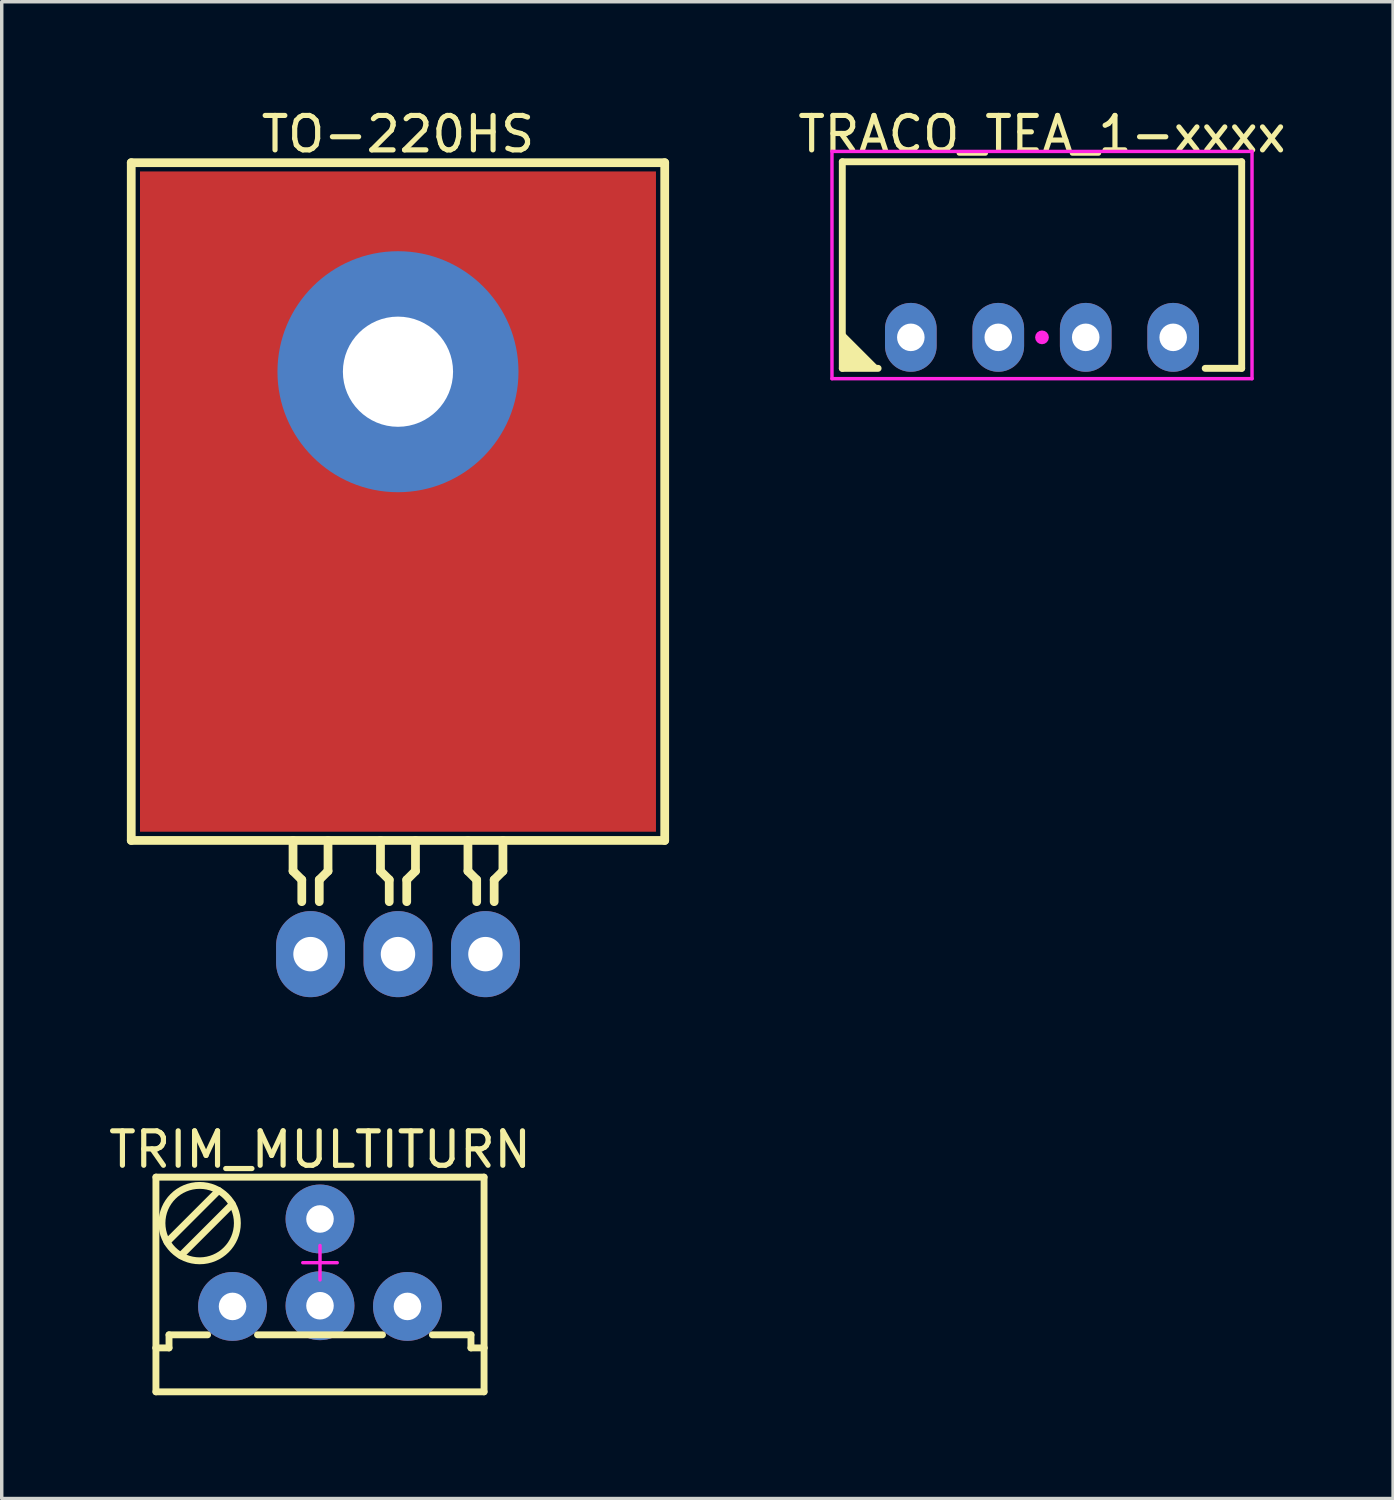
<source format=kicad_pcb>
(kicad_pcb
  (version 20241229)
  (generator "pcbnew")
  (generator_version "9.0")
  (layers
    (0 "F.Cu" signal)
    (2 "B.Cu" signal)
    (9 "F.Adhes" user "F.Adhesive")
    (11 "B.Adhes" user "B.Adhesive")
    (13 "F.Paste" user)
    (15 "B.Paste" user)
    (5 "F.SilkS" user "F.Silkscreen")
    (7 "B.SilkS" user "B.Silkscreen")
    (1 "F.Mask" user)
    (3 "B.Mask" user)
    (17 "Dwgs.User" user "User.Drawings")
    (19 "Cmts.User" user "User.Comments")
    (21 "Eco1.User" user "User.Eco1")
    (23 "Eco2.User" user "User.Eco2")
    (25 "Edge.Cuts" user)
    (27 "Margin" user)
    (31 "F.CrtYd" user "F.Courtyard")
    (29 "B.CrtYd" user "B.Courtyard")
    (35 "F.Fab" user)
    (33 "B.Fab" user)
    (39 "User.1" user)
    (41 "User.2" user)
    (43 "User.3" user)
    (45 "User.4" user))
  (footprint "TO-220HS"
    (layer "F.Cu")
    (at 8.509 16.204)
    (property "Reference" "TO-220HS" (at 0 -15.356 0) (layer "F.SilkS") (effects (font (size 1 1) (thickness 0.15))))
    (fp_line (start -7.747 -14.529) (end 7.747 -14.529) (stroke (width 0.254) (type solid)) (layer "F.SilkS"))
    (fp_line (start -7.747 5.156) (end -7.747 -14.529) (stroke (width 0.254) (type solid)) (layer "F.SilkS"))
    (fp_line (start -7.747 5.156) (end 7.747 5.156) (stroke (width 0.254) (type solid)) (layer "F.SilkS"))
    (fp_line (start -3.048 6.045) (end -3.048 5.156) (stroke (width 0.254) (type solid)) (layer "F.SilkS"))
    (fp_line (start -3.048 6.045) (end -2.794 6.299) (stroke (width 0.254) (type solid)) (layer "F.SilkS"))
    (fp_line (start -2.794 6.934) (end -2.794 6.299) (stroke (width 0.254) (type solid)) (layer "F.SilkS"))
    (fp_line (start -2.286 6.299) (end -2.032 6.045) (stroke (width 0.254) (type solid)) (layer "F.SilkS"))
    (fp_line (start -2.286 6.934) (end -2.286 6.299) (stroke (width 0.254) (type solid)) (layer "F.SilkS"))
    (fp_line (start -2.032 6.045) (end -2.032 5.156) (stroke (width 0.254) (type solid)) (layer "F.SilkS"))
    (fp_line (start -0.508 6.045) (end -0.508 5.156) (stroke (width 0.254) (type solid)) (layer "F.SilkS"))
    (fp_line (start -0.508 6.045) (end -0.254 6.299) (stroke (width 0.254) (type solid)) (layer "F.SilkS"))
    (fp_line (start -0.254 6.934) (end -0.254 6.299) (stroke (width 0.254) (type solid)) (layer "F.SilkS"))
    (fp_line (start 0.254 6.299) (end 0.508 6.045) (stroke (width 0.254) (type solid)) (layer "F.SilkS"))
    (fp_line (start 0.254 6.934) (end 0.254 6.299) (stroke (width 0.254) (type solid)) (layer "F.SilkS"))
    (fp_line (start 0.508 6.045) (end 0.508 5.156) (stroke (width 0.254) (type solid)) (layer "F.SilkS"))
    (fp_line (start 2.032 6.045) (end 2.032 5.156) (stroke (width 0.254) (type solid)) (layer "F.SilkS"))
    (fp_line (start 2.032 6.045) (end 2.286 6.299) (stroke (width 0.254) (type solid)) (layer "F.SilkS"))
    (fp_line (start 2.286 6.934) (end 2.286 6.299) (stroke (width 0.254) (type solid)) (layer "F.SilkS"))
    (fp_line (start 2.794 6.299) (end 3.048 6.045) (stroke (width 0.254) (type solid)) (layer "F.SilkS"))
    (fp_line (start 2.794 6.934) (end 2.794 6.299) (stroke (width 0.254) (type solid)) (layer "F.SilkS"))
    (fp_line (start 3.048 6.045) (end 3.048 5.156) (stroke (width 0.254) (type solid)) (layer "F.SilkS"))
    (fp_line (start 7.747 5.156) (end 7.747 -14.529) (stroke (width 0.254) (type solid)) (layer "F.SilkS"))
    (fp_line (start -8.382 -14.986) (end 8.382 -14.986) (stroke (width 0.254) (type solid)) (layer "Eco2.User"))
    (fp_line (start -8.382 10.16) (end -8.382 -14.986) (stroke (width 0.254) (type solid)) (layer "Eco2.User"))
    (fp_line (start -8.382 10.16) (end 0 10.16) (stroke (width 0.254) (type solid)) (layer "Eco2.User"))
    (fp_line (start 0 10.16) (end 8.382 10.16) (stroke (width 0.254) (type solid)) (layer "Eco2.User"))
    (fp_line (start 8.382 10.16) (end 8.382 -14.986) (stroke (width 0.254) (type solid)) (layer "Eco2.User"))
    (fp_circle (center 0 0) (end 0 -0.149) (stroke (width 0.4) (type solid)) (fill no) (layer "Eco2.User"))
    (pad "1" thru_hole oval (at -2.54 8.458) (size 2 2.5) (drill 1) (layers "*.Cu" "*.Mask"))
    (pad "2" thru_hole circle (at 0 -8.458) (size 7 7) (drill 3.2) (layers "*.Cu" "*.Mask"))
    (pad "2" smd rect (at 0 -4.686) (size 14.986 19.177) (layers "F.Cu"))
    (pad "2" thru_hole oval (at 0 8.458) (size 2 2.5) (drill 1) (layers "*.Cu" "*.Mask"))
    (pad "3" thru_hole oval (at 2.54 8.458 180) (size 2 2.5) (drill 1) (layers "*.Cu" "*.Mask")))
  (footprint "TRIM_MULTITURN"
    (layer "F.Cu")
    (at 6.244 33.624)
    (property "Reference" "TRIM_MULTITURN" (at 0 -3.285 0) (layer "F.SilkS") (effects (font (size 1 1) (thickness 0.15))))
    (fp_line (start -4.765 -2.485) (end 4.765 -2.485) (stroke (width 0.2) (type solid)) (layer "F.SilkS"))
    (fp_line (start -4.765 2.475) (end -4.765 -2.485) (stroke (width 0.2) (type solid)) (layer "F.SilkS"))
    (fp_line (start -4.765 2.475) (end -4.385 2.475) (stroke (width 0.2) (type solid)) (layer "F.SilkS"))
    (fp_line (start -4.765 3.75) (end -4.765 2.475) (stroke (width 0.2) (type solid)) (layer "F.SilkS"))
    (fp_line (start -4.765 3.75) (end 4.765 3.75) (stroke (width 0.2) (type solid)) (layer "F.SilkS"))
    (fp_line (start -4.442 -0.599) (end -2.944 -2.097) (stroke (width 0.2) (type solid)) (layer "F.SilkS"))
    (fp_line (start -4.385 2.095) (end -3.264 2.095) (stroke (width 0.2) (type solid)) (layer "F.SilkS"))
    (fp_line (start -4.385 2.475) (end -4.385 2.095) (stroke (width 0.2) (type solid)) (layer "F.SilkS"))
    (fp_line (start -4.046 -0.203) (end -2.548 -1.701) (stroke (width 0.2) (type solid)) (layer "F.SilkS"))
    (fp_line (start -1.815 2.095) (end 1.815 2.095) (stroke (width 0.2) (type solid)) (layer "F.SilkS"))
    (fp_line (start 3.264 2.095) (end 4.385 2.095) (stroke (width 0.2) (type solid)) (layer "F.SilkS"))
    (fp_line (start 4.385 2.475) (end 4.385 2.095) (stroke (width 0.2) (type solid)) (layer "F.SilkS"))
    (fp_line (start 4.385 2.475) (end 4.765 2.475) (stroke (width 0.2) (type solid)) (layer "F.SilkS"))
    (fp_line (start 4.765 2.475) (end 4.765 -2.485) (stroke (width 0.2) (type solid)) (layer "F.SilkS"))
    (fp_line (start 4.765 3.75) (end 4.765 2.475) (stroke (width 0.2) (type solid)) (layer "F.SilkS"))
    (fp_circle (center -3.495 -1.15) (end -3.495 -2.245) (stroke (width 0.2) (type solid)) (fill no) (layer "F.SilkS"))
    (fp_line (start -4.765 -2.485) (end 4.765 -2.485) (stroke (width 0.1) (type solid)) (layer "Eco2.User"))
    (fp_line (start -4.765 2.475) (end -4.765 -2.485) (stroke (width 0.1) (type solid)) (layer "Eco2.User"))
    (fp_line (start -4.765 2.475) (end -4.385 2.475) (stroke (width 0.1) (type solid)) (layer "Eco2.User"))
    (fp_line (start -4.442 -0.599) (end -2.944 -2.097) (stroke (width 0.1) (type solid)) (layer "Eco2.User"))
    (fp_line (start -4.385 2.095) (end 4.385 2.095) (stroke (width 0.1) (type solid)) (layer "Eco2.User"))
    (fp_line (start -4.385 2.475) (end -4.385 2.095) (stroke (width 0.1) (type solid)) (layer "Eco2.User"))
    (fp_line (start -4.046 -0.203) (end -2.548 -1.701) (stroke (width 0.1) (type solid)) (layer "Eco2.User"))
    (fp_line (start 4.385 2.475) (end 4.385 2.095) (stroke (width 0.1) (type solid)) (layer "Eco2.User"))
    (fp_line (start 4.385 2.475) (end 4.765 2.475) (stroke (width 0.1) (type solid)) (layer "Eco2.User"))
    (fp_line (start 4.765 2.475) (end 4.765 -2.485) (stroke (width 0.1) (type solid)) (layer "Eco2.User"))
    (fp_circle (center -3.495 -1.15) (end -3.495 -2.245) (stroke (width 0.1) (type solid)) (fill no) (layer "Eco2.User"))
    (fp_line (start -0.5 0) (end 0 0) (stroke (width 0.1) (type solid)) (layer "F.CrtYd"))
    (fp_line (start 0 0) (end 0 -0.5) (stroke (width 0.1) (type solid)) (layer "F.CrtYd"))
    (fp_line (start 0 0) (end 0.5 0) (stroke (width 0.1) (type solid)) (layer "F.CrtYd"))
    (fp_line (start 0 0.5) (end 0 0) (stroke (width 0.1) (type solid)) (layer "F.CrtYd"))
    (fp_line (start -3.04 1.27) (end -2.54 1.27) (stroke (width 0.1) (type solid)) (layer "User.8"))
    (fp_line (start -2.54 1.27) (end -2.54 0.77) (stroke (width 0.1) (type solid)) (layer "User.8"))
    (fp_line (start -2.54 1.27) (end -2.04 1.27) (stroke (width 0.1) (type solid)) (layer "User.8"))
    (fp_line (start -2.54 1.77) (end -2.54 1.27) (stroke (width 0.1) (type solid)) (layer "User.8"))
    (fp_line (start -0.5 -1.27) (end 0 -1.27) (stroke (width 0.1) (type solid)) (layer "User.8"))
    (fp_line (start 0 -1.27) (end 0 -1.77) (stroke (width 0.1) (type solid)) (layer "User.8"))
    (fp_line (start 0 -1.27) (end 0.5 -1.27) (stroke (width 0.1) (type solid)) (layer "User.8"))
    (fp_line (start 0 -0.77) (end 0 -1.27) (stroke (width 0.1) (type solid)) (layer "User.8"))
    (fp_line (start 2.04 1.27) (end 2.54 1.27) (stroke (width 0.1) (type solid)) (layer "User.8"))
    (fp_line (start 2.54 1.27) (end 2.54 0.77) (stroke (width 0.1) (type solid)) (layer "User.8"))
    (fp_line (start 2.54 1.27) (end 3.04 1.27) (stroke (width 0.1) (type solid)) (layer "User.8"))
    (fp_line (start 2.54 1.77) (end 2.54 1.27) (stroke (width 0.1) (type solid)) (layer "User.8"))
    (pad "1" thru_hole circle (at -2.54 1.27) (size 2 2) (drill 0.8) (layers "*.Cu" "*.Mask"))
    (pad "2" thru_hole circle (at 0 -1.27) (size 2 2) (drill 0.8) (layers "*.Cu" "*.Mask"))
    (pad "2" thru_hole circle (at 0 1.25) (size 2 2) (drill 0.8) (layers "*.Cu" "*.Mask"))
    (pad "3" thru_hole circle (at 2.54 1.27) (size 2 2) (drill 0.8) (layers "*.Cu" "*.Mask")))
  (footprint "TRACO_TEA_1-xxxx"
    (layer "F.Cu")
    (at 27.214 6.748)
    (property "Reference" "TRACO_TEA_1-xxxx" (at 0 -5.9 0) (layer "F.SilkS") (effects (font (size 1 1) (thickness 0.15))))
    (fp_line (start -5.8 -5.1) (end 5.8 -5.1) (stroke (width 0.2) (type solid)) (layer "F.SilkS"))
    (fp_line (start -5.8 0.9) (end -5.8 -5.1) (stroke (width 0.2) (type solid)) (layer "F.SilkS"))
    (fp_line (start -5.8 0.9) (end -4.76 0.9) (stroke (width 0.2) (type solid)) (layer "F.SilkS"))
    (fp_line (start 4.74 0.9) (end 5.8 0.9) (stroke (width 0.2) (type solid)) (layer "F.SilkS"))
    (fp_line (start 5.8 0.9) (end 5.8 -5.1) (stroke (width 0.2) (type solid)) (layer "F.SilkS"))
    (fp_poly (pts (xy -5.85 -0.25) (xy -4.75 0.85) (xy -5.85 0.85)) (stroke (width 0) (type default)) (fill yes) (layer "F.SilkS"))
    (fp_line (start -6.1 -5.4) (end 6.1 -5.4) (stroke (width 0.1) (type solid)) (layer "F.CrtYd"))
    (fp_line (start -6.1 1.2) (end -6.1 -5.4) (stroke (width 0.1) (type solid)) (layer "F.CrtYd"))
    (fp_line (start -6.1 1.2) (end 6.1 1.2) (stroke (width 0.1) (type solid)) (layer "F.CrtYd"))
    (fp_line (start 6.1 1.2) (end 6.1 -5.4) (stroke (width 0.1) (type solid)) (layer "F.CrtYd"))
    (fp_circle (center 0 0) (end 0 -0.1) (stroke (width 0.2) (type solid)) (fill no) (layer "F.CrtYd"))
    (pad "1" thru_hole oval (at -3.81 0 180) (size 1.5 2) (drill 0.8) (layers "*.Cu" "*.Mask"))
    (pad "2" thru_hole oval (at -1.27 0 180) (size 1.5 2) (drill 0.8) (layers "*.Cu" "*.Mask"))
    (pad "3" thru_hole oval (at 1.27 0 180) (size 1.5 2) (drill 0.8) (layers "*.Cu" "*.Mask"))
    (pad "4" thru_hole oval (at 3.81 0 180) (size 1.5 2) (drill 0.8) (layers "*.Cu" "*.Mask")))
  (gr_rect
    (start -3 -3)
    (end 37.411 40.474)
    (stroke (width 0.1) (type default))
    (fill no)
    (layer "Edge.Cuts")))
</source>
